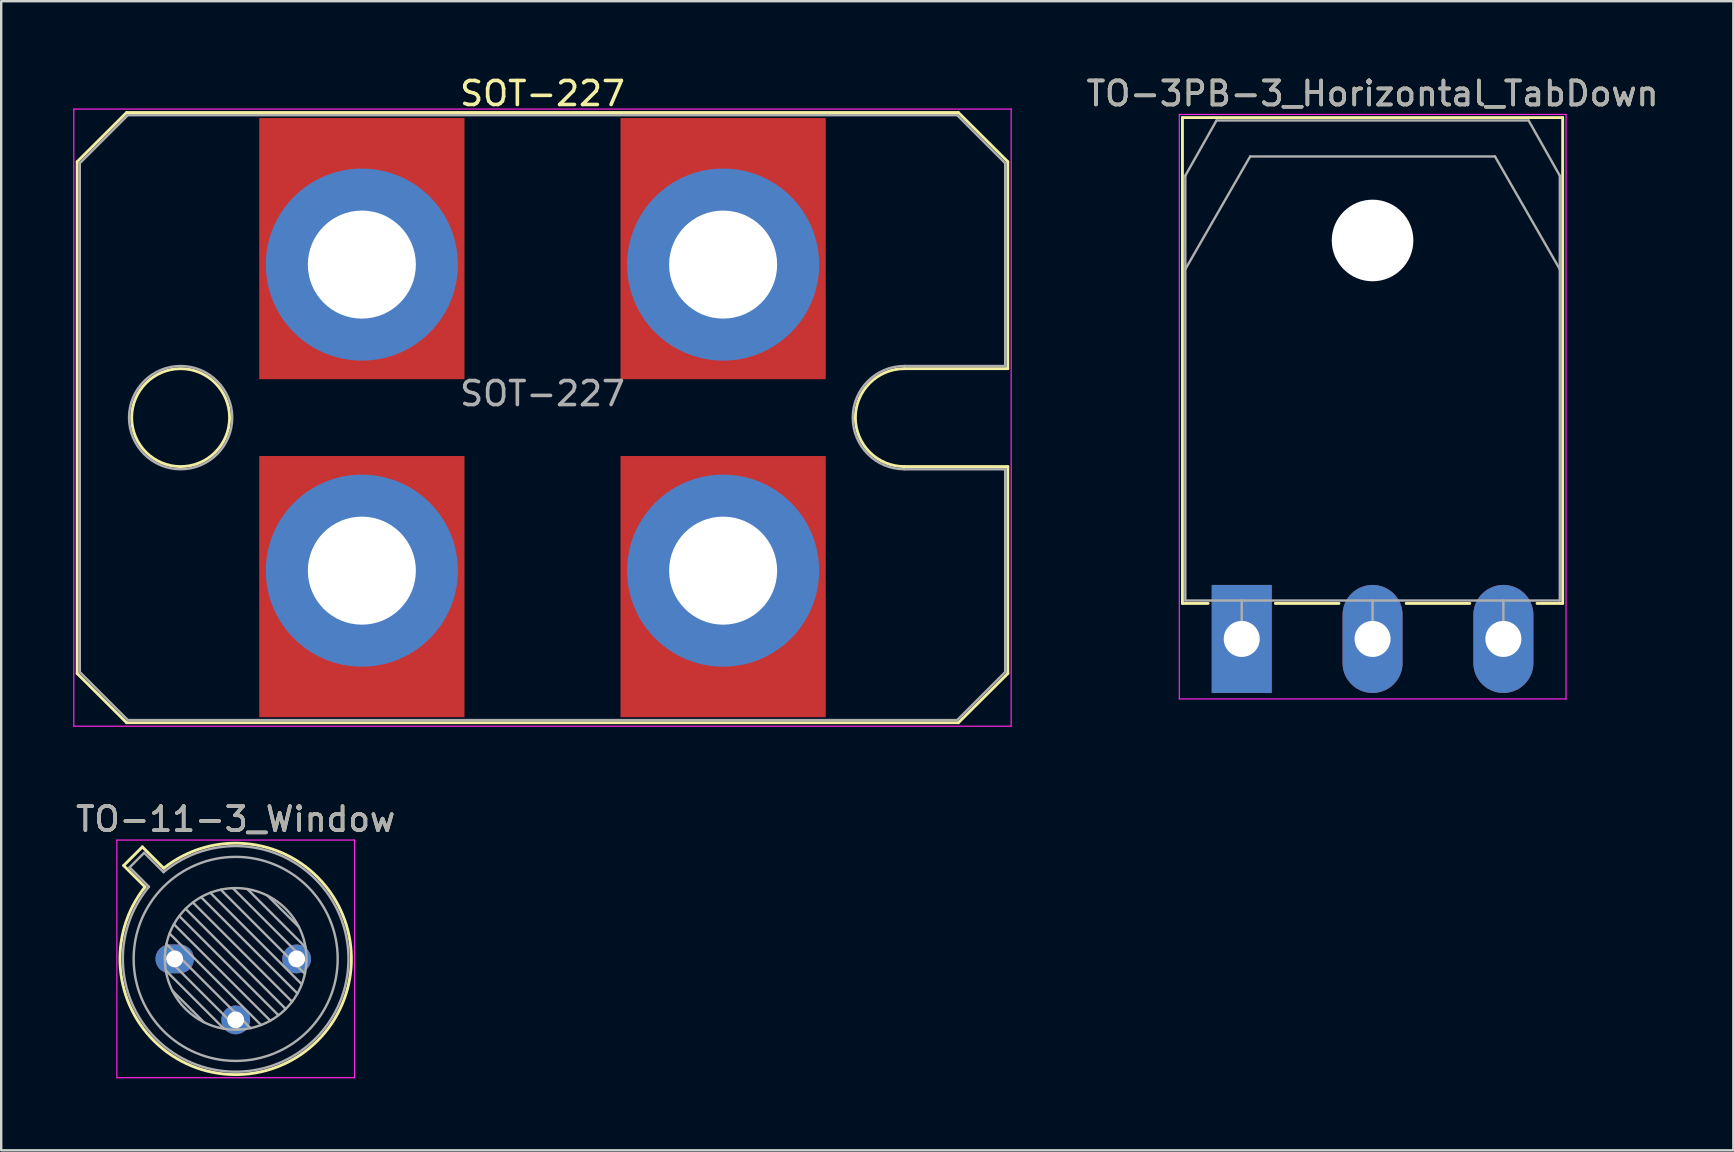
<source format=kicad_pcb>
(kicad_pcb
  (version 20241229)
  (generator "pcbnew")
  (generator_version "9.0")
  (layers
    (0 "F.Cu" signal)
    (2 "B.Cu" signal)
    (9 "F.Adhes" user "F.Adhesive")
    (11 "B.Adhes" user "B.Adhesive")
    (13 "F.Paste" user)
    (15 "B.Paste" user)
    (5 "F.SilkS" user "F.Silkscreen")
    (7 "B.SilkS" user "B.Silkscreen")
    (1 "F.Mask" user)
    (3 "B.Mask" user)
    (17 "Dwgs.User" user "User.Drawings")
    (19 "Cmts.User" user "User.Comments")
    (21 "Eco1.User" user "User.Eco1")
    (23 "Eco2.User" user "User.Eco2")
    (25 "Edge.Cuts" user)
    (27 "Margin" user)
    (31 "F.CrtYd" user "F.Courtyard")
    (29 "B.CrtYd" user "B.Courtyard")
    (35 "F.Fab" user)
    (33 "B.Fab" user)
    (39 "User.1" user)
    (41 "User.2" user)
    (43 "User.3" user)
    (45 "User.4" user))
  (footprint "TO-11-3_Window"
    (layer "F.Cu")
    (at 4.228 36.897)
    (property "Reference" "TO-11-3_Window" (at 2.54 -5.82 0) (layer "F.SilkS") (effects (font (size 1 1) (thickness 0.15))))
    (attr through_hole)
    (fp_line (start -2.126 -3.888) (end -1.235 -2.997) (stroke (width 0.12) (type solid)) (layer "F.SilkS"))
    (fp_line (start -1.348 -4.666) (end -2.126 -3.888) (stroke (width 0.12) (type solid)) (layer "F.SilkS"))
    (fp_line (start -0.457 -3.775) (end -1.348 -4.666) (stroke (width 0.12) (type solid)) (layer "F.SilkS"))
    (fp_arc (start -0.457084 -3.774902) (mid 5.948125 3.408384) (end -1.234674 -2.997371) (stroke (width 0.12) (type solid)) (layer "F.SilkS"))
    (fp_line (start -2.41 -4.95) (end -2.41 4.95) (stroke (width 0.05) (type solid)) (layer "F.CrtYd"))
    (fp_line (start -2.41 4.95) (end 7.49 4.95) (stroke (width 0.05) (type solid)) (layer "F.CrtYd"))
    (fp_line (start 7.49 -4.95) (end -2.41 -4.95) (stroke (width 0.05) (type solid)) (layer "F.CrtYd"))
    (fp_line (start 7.49 4.95) (end 7.49 -4.95) (stroke (width 0.05) (type solid)) (layer "F.CrtYd"))
    (fp_line (start -1.88 -3.812) (end -1.074 -3.005) (stroke (width 0.1) (type solid)) (layer "F.Fab"))
    (fp_line (start -1.272 -4.42) (end -1.88 -3.812) (stroke (width 0.1) (type solid)) (layer "F.Fab"))
    (fp_line (start -0.465 -3.614) (end -1.272 -4.42) (stroke (width 0.1) (type solid)) (layer "F.Fab"))
    (fp_line (start -0.408 -0.12) (end 2.66 2.948) (stroke (width 0.1) (type solid)) (layer "F.Fab"))
    (fp_line (start -0.371 0.485) (end 2.055 2.911) (stroke (width 0.1) (type solid)) (layer "F.Fab"))
    (fp_line (start -0.344 -0.622) (end 3.162 2.884) (stroke (width 0.1) (type solid)) (layer "F.Fab"))
    (fp_line (start -0.215 -1.058) (end 3.598 2.755) (stroke (width 0.1) (type solid)) (layer "F.Fab"))
    (fp_line (start -0.097 1.324) (end 1.216 2.637) (stroke (width 0.1) (type solid)) (layer "F.Fab"))
    (fp_line (start -0.034 -1.443) (end 3.983 2.574) (stroke (width 0.1) (type solid)) (layer "F.Fab"))
    (fp_line (start 0.19 -1.784) (end 4.324 2.35) (stroke (width 0.1) (type solid)) (layer "F.Fab"))
    (fp_line (start 0.454 -2.086) (end 4.626 2.086) (stroke (width 0.1) (type solid)) (layer "F.Fab"))
    (fp_line (start 0.756 -2.35) (end 4.89 1.784) (stroke (width 0.1) (type solid)) (layer "F.Fab"))
    (fp_line (start 1.097 -2.574) (end 5.114 1.443) (stroke (width 0.1) (type solid)) (layer "F.Fab"))
    (fp_line (start 1.482 -2.755) (end 5.295 1.058) (stroke (width 0.1) (type solid)) (layer "F.Fab"))
    (fp_line (start 1.918 -2.884) (end 5.424 0.622) (stroke (width 0.1) (type solid)) (layer "F.Fab"))
    (fp_line (start 2.42 -2.948) (end 5.488 0.12) (stroke (width 0.1) (type solid)) (layer "F.Fab"))
    (fp_line (start 3.025 -2.911) (end 5.451 -0.485) (stroke (width 0.1) (type solid)) (layer "F.Fab"))
    (fp_line (start 3.864 -2.637) (end 5.177 -1.324) (stroke (width 0.1) (type solid)) (layer "F.Fab"))
    (fp_arc (start -0.465408 -3.61352) (mid 5.863443 3.323361) (end -1.073594 -3.005319) (stroke (width 0.1) (type solid)) (layer "F.Fab"))
    (fp_circle (center 2.54 0) (end 5.49 0) (stroke (width 0.1) (type solid)) (fill no) (layer "F.Fab"))
    (fp_circle (center 2.54 0) (end 6.79 0) (stroke (width 0.1) (type solid)) (fill no) (layer "F.Fab"))
    (fp_text user "${REFERENCE}" (at 2.54 -5.82 0) (layer "F.Fab") (effects (font (size 1 1) (thickness 0.15))))
    (pad "1" thru_hole oval (at 0 0) (size 1.6 1.2) (drill 0.7) (layers "*.Cu" "*.Mask"))
    (pad "2" thru_hole oval (at 2.54 2.54) (size 1.2 1.2) (drill 0.7) (layers "*.Cu" "*.Mask"))
    (pad "3" thru_hole oval (at 5.08 0) (size 1.2 1.2) (drill 0.7) (layers "*.Cu" "*.Mask")))
  (footprint "TO-3PB-3_Horizontal_TabDown"
    (layer "F.Cu")
    (at 48.68 23.568)
    (property "Reference" "TO-3PB-3_Horizontal_TabDown" (at 5.45 -22.72 0) (layer "F.SilkS") (effects (font (size 1 1) (thickness 0.15))))
    (attr through_hole)
    (fp_line (start -2.47 -21.72) (end -2.47 -1.48) (stroke (width 0.12) (type solid)) (layer "F.SilkS"))
    (fp_line (start -2.47 -21.72) (end 13.37 -21.72) (stroke (width 0.12) (type solid)) (layer "F.SilkS"))
    (fp_line (start -2.47 -1.48) (end -1.4 -1.48) (stroke (width 0.12) (type solid)) (layer "F.SilkS"))
    (fp_line (start 1.4 -1.48) (end 4.051 -1.48) (stroke (width 0.12) (type solid)) (layer "F.SilkS"))
    (fp_line (start 6.85 -1.48) (end 9.5 -1.48) (stroke (width 0.12) (type solid)) (layer "F.SilkS"))
    (fp_line (start 12.3 -1.48) (end 13.37 -1.48) (stroke (width 0.12) (type solid)) (layer "F.SilkS"))
    (fp_line (start 13.37 -21.72) (end 13.37 -1.48) (stroke (width 0.12) (type solid)) (layer "F.SilkS"))
    (fp_line (start -2.6 -21.85) (end -2.6 2.5) (stroke (width 0.05) (type solid)) (layer "F.CrtYd"))
    (fp_line (start -2.6 2.5) (end 13.51 2.5) (stroke (width 0.05) (type solid)) (layer "F.CrtYd"))
    (fp_line (start 13.51 -21.85) (end -2.6 -21.85) (stroke (width 0.05) (type solid)) (layer "F.CrtYd"))
    (fp_line (start 13.51 2.5) (end 13.51 -21.85) (stroke (width 0.05) (type solid)) (layer "F.CrtYd"))
    (fp_line (start -2.35 -19.3) (end -1.05 -21.6) (stroke (width 0.1) (type solid)) (layer "F.Fab"))
    (fp_line (start -2.35 -15.401) (end -2.35 -19.3) (stroke (width 0.1) (type solid)) (layer "F.Fab"))
    (fp_line (start -2.35 -15.401) (end 0.351 -20.1) (stroke (width 0.1) (type solid)) (layer "F.Fab"))
    (fp_line (start -2.35 -1.6) (end -2.35 -15.401) (stroke (width 0.1) (type solid)) (layer "F.Fab"))
    (fp_line (start -1.05 -21.6) (end 11.95 -21.6) (stroke (width 0.1) (type solid)) (layer "F.Fab"))
    (fp_line (start 0 -1.6) (end 0 0) (stroke (width 0.1) (type solid)) (layer "F.Fab"))
    (fp_line (start 0.351 -20.1) (end 10.55 -20.1) (stroke (width 0.1) (type solid)) (layer "F.Fab"))
    (fp_line (start 5.45 -1.6) (end 5.45 0) (stroke (width 0.1) (type solid)) (layer "F.Fab"))
    (fp_line (start 10.55 -20.1) (end 13.25 -15.401) (stroke (width 0.1) (type solid)) (layer "F.Fab"))
    (fp_line (start 10.9 -1.6) (end 10.9 0) (stroke (width 0.1) (type solid)) (layer "F.Fab"))
    (fp_line (start 11.95 -21.6) (end 13.25 -19.3) (stroke (width 0.1) (type solid)) (layer "F.Fab"))
    (fp_line (start 13.25 -19.3) (end 13.25 -15.401) (stroke (width 0.1) (type solid)) (layer "F.Fab"))
    (fp_line (start 13.25 -15.401) (end 13.25 -1.6) (stroke (width 0.1) (type solid)) (layer "F.Fab"))
    (fp_line (start 13.25 -1.6) (end -2.35 -1.6) (stroke (width 0.1) (type solid)) (layer "F.Fab"))
    (fp_circle (center 5.45 -16.6) (end 7.05 -16.6) (stroke (width 0.1) (type solid)) (fill no) (layer "F.Fab"))
    (fp_text user "${REFERENCE}" (at 5.45 -22.72 0) (layer "F.Fab") (effects (font (size 1 1) (thickness 0.15))))
    (pad "" np_thru_hole oval (at 5.45 -16.6) (size 3.4 3.4) (drill 3.4) (layers "*.Cu" "*.Mask"))
    (pad "1" thru_hole rect (at 0 0) (size 2.5 4.5) (drill 1.5) (layers "*.Cu" "*.Mask"))
    (pad "2" thru_hole oval (at 5.45 0) (size 2.5 4.5) (drill 1.5) (layers "*.Cu" "*.Mask"))
    (pad "3" thru_hole oval (at 10.9 0) (size 2.5 4.5) (drill 1.5) (layers "*.Cu" "*.Mask")))
  (footprint "SOT-227"
    (layer "F.Cu")
    (at 12.025 7.973)
    (property "Reference" "SOT-227" (at 7.525 -7.125 0) (layer "F.SilkS") (effects (font (size 1 1) (thickness 0.15))))
    (attr through_hole)
    (fp_line (start -11.86 -4.285) (end -11.86 17.035) (stroke (width 0.12) (type solid)) (layer "F.SilkS"))
    (fp_line (start -11.86 -4.285) (end -9.8 -6.335) (stroke (width 0.12) (type solid)) (layer "F.SilkS"))
    (fp_line (start -11.86 17.035) (end -9.8 19.085) (stroke (width 0.12) (type solid)) (layer "F.SilkS"))
    (fp_line (start -9.8 -6.335) (end 24.85 -6.335) (stroke (width 0.12) (type solid)) (layer "F.SilkS"))
    (fp_line (start -9.8 19.085) (end 24.85 19.085) (stroke (width 0.12) (type solid)) (layer "F.SilkS"))
    (fp_line (start 22.6 4.335) (end 26.91 4.335) (stroke (width 0.12) (type solid)) (layer "F.SilkS"))
    (fp_line (start 22.6 8.415) (end 26.91 8.415) (stroke (width 0.12) (type solid)) (layer "F.SilkS"))
    (fp_line (start 26.91 -4.285) (end 24.85 -6.335) (stroke (width 0.12) (type solid)) (layer "F.SilkS"))
    (fp_line (start 26.91 -4.285) (end 26.91 4.335) (stroke (width 0.12) (type solid)) (layer "F.SilkS"))
    (fp_line (start 26.91 17.035) (end 24.85 19.085) (stroke (width 0.12) (type solid)) (layer "F.SilkS"))
    (fp_line (start 26.91 17.035) (end 26.91 8.415) (stroke (width 0.12) (type solid)) (layer "F.SilkS"))
    (fp_arc (start 22.6 8.415) (mid 20.56 6.375) (end 22.6 4.335) (stroke (width 0.12) (type solid)) (layer "F.SilkS"))
    (fp_circle (center -7.55 6.375) (end -5.51 6.375) (stroke (width 0.12) (type solid)) (fill no) (layer "F.SilkS"))
    (fp_line (start -12 -6.48) (end -12 19.23) (stroke (width 0.05) (type solid)) (layer "F.CrtYd"))
    (fp_line (start -12 -6.48) (end 27.05 -6.48) (stroke (width 0.05) (type solid)) (layer "F.CrtYd"))
    (fp_line (start -12 19.23) (end 27.05 19.23) (stroke (width 0.05) (type solid)) (layer "F.CrtYd"))
    (fp_line (start 27.05 -6.48) (end 27.05 19.23) (stroke (width 0.05) (type solid)) (layer "F.CrtYd"))
    (fp_line (start -11.75 -4.225) (end -9.75 -6.225) (stroke (width 0.1) (type solid)) (layer "F.Fab"))
    (fp_line (start -11.75 16.975) (end -11.75 -4.225) (stroke (width 0.1) (type solid)) (layer "F.Fab"))
    (fp_line (start -11.75 16.975) (end -9.75 18.975) (stroke (width 0.1) (type solid)) (layer "F.Fab"))
    (fp_line (start -9.75 -6.225) (end 24.8 -6.225) (stroke (width 0.1) (type solid)) (layer "F.Fab"))
    (fp_line (start 22.6 4.225) (end 26.8 4.225) (stroke (width 0.1) (type solid)) (layer "F.Fab"))
    (fp_line (start 22.6 8.525) (end 26.8 8.525) (stroke (width 0.1) (type solid)) (layer "F.Fab"))
    (fp_line (start 24.8 18.975) (end -9.75 18.975) (stroke (width 0.1) (type solid)) (layer "F.Fab"))
    (fp_line (start 26.8 -4.225) (end 24.8 -6.225) (stroke (width 0.1) (type solid)) (layer "F.Fab"))
    (fp_line (start 26.8 -4.225) (end 26.8 4.225) (stroke (width 0.1) (type solid)) (layer "F.Fab"))
    (fp_line (start 26.8 8.525) (end 26.8 16.975) (stroke (width 0.1) (type solid)) (layer "F.Fab"))
    (fp_line (start 26.8 16.975) (end 24.8 18.975) (stroke (width 0.1) (type solid)) (layer "F.Fab"))
    (fp_arc (start 22.6 8.525) (mid 20.45 6.375) (end 22.6 4.225) (stroke (width 0.1) (type solid)) (layer "F.Fab"))
    (fp_circle (center -7.55 6.375) (end -5.4 6.375) (stroke (width 0.1) (type solid)) (fill no) (layer "F.Fab"))
    (fp_text user "${REFERENCE}" (at 7.525 5.375 0) (layer "F.Fab") (effects (font (size 1 1) (thickness 0.15))))
    (pad "1" smd rect (at 0 -0.665) (size 8.55 10.88) (layers "F.Cu" "F.Mask"))
    (pad "1" thru_hole circle (at 0 0) (size 8 8) (drill 4.5) (layers "*.Cu" "*.Mask"))
    (pad "2" smd rect (at 15.05 -0.665) (size 8.55 10.88) (layers "F.Cu" "F.Mask"))
    (pad "2" thru_hole circle (at 15.05 0) (size 8 8) (drill 4.5) (layers "*.Cu" "*.Mask"))
    (pad "3" thru_hole circle (at 15.05 12.75) (size 8 8) (drill 4.5) (layers "*.Cu" "*.Mask"))
    (pad "3" smd rect (at 15.05 13.415) (size 8.55 10.88) (layers "F.Cu" "F.Mask"))
    (pad "4" thru_hole circle (at 0 12.75) (size 8 8) (drill 4.5) (layers "*.Cu" "*.Mask"))
    (pad "4" smd rect (at 0 13.415) (size 8.55 10.88) (layers "F.Cu" "F.Mask")))
  (gr_rect
    (start -3 -3)
    (end 69.16 44.871)
    (stroke (width 0.1) (type default))
    (fill no)
    (layer "Edge.Cuts")))
</source>
